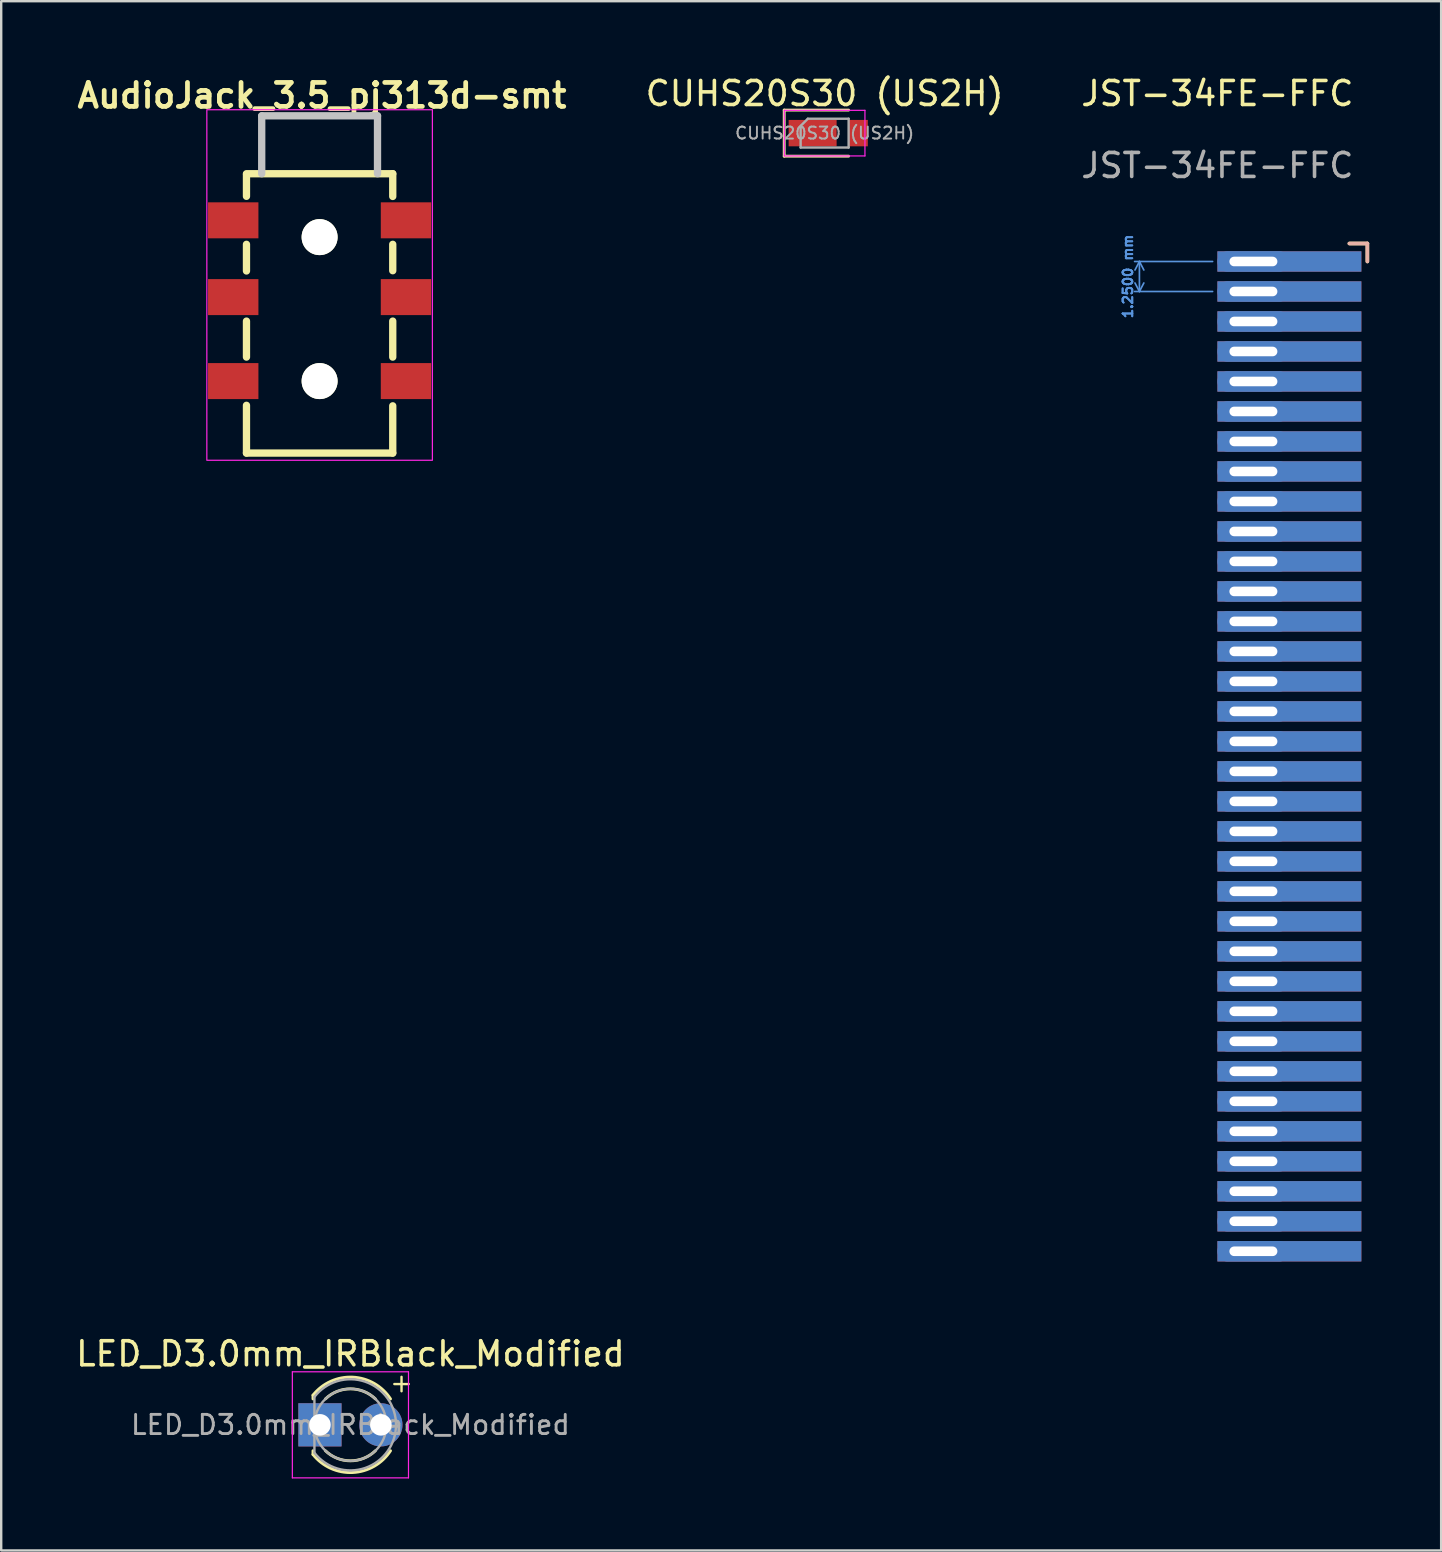
<source format=kicad_pcb>
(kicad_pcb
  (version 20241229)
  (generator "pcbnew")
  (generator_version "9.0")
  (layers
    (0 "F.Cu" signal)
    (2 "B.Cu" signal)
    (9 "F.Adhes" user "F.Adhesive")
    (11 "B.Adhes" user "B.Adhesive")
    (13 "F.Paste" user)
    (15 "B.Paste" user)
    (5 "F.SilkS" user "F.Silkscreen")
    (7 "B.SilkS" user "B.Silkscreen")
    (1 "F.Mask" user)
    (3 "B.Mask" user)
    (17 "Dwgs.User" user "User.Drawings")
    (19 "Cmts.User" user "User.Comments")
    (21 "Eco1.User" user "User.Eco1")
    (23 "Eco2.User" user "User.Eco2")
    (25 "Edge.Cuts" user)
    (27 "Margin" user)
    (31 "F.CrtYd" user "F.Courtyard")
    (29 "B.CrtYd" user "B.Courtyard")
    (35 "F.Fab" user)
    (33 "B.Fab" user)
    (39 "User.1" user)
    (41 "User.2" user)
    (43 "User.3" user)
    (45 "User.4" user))
  (footprint "AudioJack_3.5_pj313d-smt"
    (layer "F.Cu")
    (at 10.27 9.382)
    (property "Reference" "AudioJack_3.5_pj313d-smt" (at 0.1 -8.45 0) (layer "F.SilkS") (effects (font (size 0.998 0.998) (thickness 0.198))))
    (attr smd)
    (fp_line (start -3.048 -4.25) (end -3.048 -5.158) (stroke (width 0.305) (type solid)) (layer "F.SilkS"))
    (fp_line (start -3.048 -1.139) (end -3.048 -2.25) (stroke (width 0.305) (type solid)) (layer "F.SilkS"))
    (fp_line (start -3.048 2.45) (end -3.048 0.95) (stroke (width 0.305) (type solid)) (layer "F.SilkS"))
    (fp_line (start -3.048 6.45) (end -3.048 4.46) (stroke (width 0.305) (type solid)) (layer "F.SilkS"))
    (fp_line (start 3.048 -5.192) (end -3.048 -5.192) (stroke (width 0.305) (type solid)) (layer "F.SilkS"))
    (fp_line (start 3.048 -4.245) (end 3.048 -5.192) (stroke (width 0.305) (type solid)) (layer "F.SilkS"))
    (fp_line (start 3.048 -1.15) (end 3.048 -2.25) (stroke (width 0.305) (type solid)) (layer "F.SilkS"))
    (fp_line (start 3.048 2.45) (end 3.048 0.95) (stroke (width 0.305) (type solid)) (layer "F.SilkS"))
    (fp_line (start 3.048 6.45) (end -3.048 6.45) (stroke (width 0.305) (type solid)) (layer "F.SilkS"))
    (fp_line (start 3.048 6.45) (end 3.048 4.481) (stroke (width 0.305) (type solid)) (layer "F.SilkS"))
    (fp_line (start -2.413 -5.192) (end -2.413 -7.605) (stroke (width 0.305) (type solid)) (layer "Dwgs.User"))
    (fp_line (start 2.413 -7.605) (end -2.413 -7.605) (stroke (width 0.305) (type solid)) (layer "Dwgs.User"))
    (fp_line (start 2.413 -5.192) (end 2.413 -7.605) (stroke (width 0.305) (type solid)) (layer "Dwgs.User"))
    (fp_rect (start 4.7 6.75) (end -4.7 -7.859) (stroke (width 0.05) (type solid)) (fill no) (layer "F.CrtYd"))
    (pad "" np_thru_hole circle (at 0 -2.55 180) (size 1.5 1.5) (drill 1.5) (layers "*.Cu" "*.Mask" "F.SilkS"))
    (pad "" np_thru_hole circle (at 0 3.45 180) (size 1.5 1.5) (drill 1.5) (layers "*.Cu" "*.Mask" "F.SilkS"))
    (pad "1" smd rect (at -3.6 -3.25 180) (size 2.1 1.5) (layers "F.Cu" "F.Mask" "F.Paste"))
    (pad "1" smd rect (at 3.6 -3.25 180) (size 2.1 1.5) (layers "F.Cu" "F.Mask" "F.Paste"))
    (pad "2" smd rect (at -3.6 -0.05 180) (size 2.1 1.5) (layers "F.Cu" "F.Mask" "F.Paste"))
    (pad "2" smd rect (at 3.6 -0.05 180) (size 2.1 1.5) (layers "F.Cu" "F.Mask" "F.Paste"))
    (pad "3" smd rect (at -3.6 3.45 180) (size 2.1 1.5) (layers "F.Cu" "F.Mask" "F.Paste"))
    (pad "3" smd rect (at 3.6 3.45 180) (size 2.1 1.5) (layers "F.Cu" "F.Mask" "F.Paste")))
  (footprint "JST-34FE-FFC"
    (layer "F.Cu")
    (at 47.686 1.348)
    (property "Reference" "JST-34FE-FFC" (at 0 -0.5 0) (unlocked yes) (layer "F.SilkS") (effects (font (size 1 1) (thickness 0.15))))
    (attr through_hole)
    (fp_line (start 5.5 5.75) (end 6.25 5.75) (stroke (width 0.15) (type default)) (layer "F.SilkS"))
    (fp_line (start 6.25 5.75) (end 6.25 6.5) (stroke (width 0.15) (type default)) (layer "F.SilkS"))
    (fp_line (start 5.5 5.75) (end 6.25 5.75) (stroke (width 0.15) (type default)) (layer "B.SilkS"))
    (fp_line (start 6.25 5.75) (end 6.25 6.5) (stroke (width 0.15) (type default)) (layer "B.SilkS"))
    (fp_text user "${REFERENCE}" (at 0 2.5 0) (unlocked yes) (layer "F.Fab") (effects (font (size 1 1) (thickness 0.15))))
    (dimension (type aligned) (layer "Cmts.User") (pts (xy 47.686 7.848) (xy 47.686 9.098)) (height 3.25) (format (prefix "") (suffix "") (units 3) (units_format 1) (precision 4)) (style (thickness 0.07) (arrow_length 0.4) (text_position_mode 0) (arrow_direction outward) (extension_height 0.2) (extension_offset 0.2) (keep_text_aligned yes)) (gr_text "1.2500 mm" (at 43.956 8.473 90) (layer "Cmts.User") (effects (font (size 0.4 0.4) (thickness 0.08) (bold yes)))))
    (pad "1" thru_hole oval (at 1.5 6.5) (size 3 0.85) (drill oval 2 0.4) (layers "*.Cu" "*.Mask"))
    (pad "1" smd rect (at 3 6.5) (size 6 0.85) (layers "F.Cu" "F.Mask" "F.Paste"))
    (pad "1" smd rect (at 3 6.5) (size 6 0.85) (layers "B.Cu" "B.Mask" "B.Paste"))
    (pad "2" thru_hole oval (at 1.5 7.75) (size 3 0.85) (drill oval 2 0.4) (layers "*.Cu" "*.Mask"))
    (pad "2" smd rect (at 3 7.75) (size 6 0.85) (layers "F.Cu" "F.Mask" "F.Paste"))
    (pad "2" smd rect (at 3 7.75) (size 6 0.85) (layers "B.Cu" "B.Mask" "B.Paste"))
    (pad "3" thru_hole oval (at 1.5 9) (size 3 0.85) (drill oval 2 0.4) (layers "*.Cu" "*.Mask"))
    (pad "3" smd rect (at 3 9) (size 6 0.85) (layers "F.Cu" "F.Mask" "F.Paste"))
    (pad "3" smd rect (at 3 9) (size 6 0.85) (layers "B.Cu" "B.Mask" "B.Paste"))
    (pad "4" thru_hole oval (at 1.5 10.25) (size 3 0.85) (drill oval 2 0.4) (layers "*.Cu" "*.Mask"))
    (pad "4" smd rect (at 3 10.25) (size 6 0.85) (layers "F.Cu" "F.Mask" "F.Paste"))
    (pad "4" smd rect (at 3 10.25) (size 6 0.85) (layers "B.Cu" "B.Mask" "B.Paste"))
    (pad "5" thru_hole oval (at 1.5 11.5) (size 3 0.85) (drill oval 2 0.4) (layers "*.Cu" "*.Mask"))
    (pad "5" smd rect (at 3 11.5) (size 6 0.85) (layers "F.Cu" "F.Mask" "F.Paste"))
    (pad "5" smd rect (at 3 11.5) (size 6 0.85) (layers "B.Cu" "B.Mask" "B.Paste"))
    (pad "6" thru_hole oval (at 1.5 12.75) (size 3 0.85) (drill oval 2 0.4) (layers "*.Cu" "*.Mask"))
    (pad "6" smd rect (at 3 12.75) (size 6 0.85) (layers "F.Cu" "F.Mask" "F.Paste"))
    (pad "6" smd rect (at 3 12.75) (size 6 0.85) (layers "B.Cu" "B.Mask" "B.Paste"))
    (pad "7" thru_hole oval (at 1.5 14) (size 3 0.85) (drill oval 2 0.4) (layers "*.Cu" "*.Mask"))
    (pad "7" smd rect (at 3 14) (size 6 0.85) (layers "F.Cu" "F.Mask" "F.Paste"))
    (pad "7" smd rect (at 3 14) (size 6 0.85) (layers "B.Cu" "B.Mask" "B.Paste"))
    (pad "8" thru_hole oval (at 1.5 15.25) (size 3 0.85) (drill oval 2 0.4) (layers "*.Cu" "*.Mask"))
    (pad "8" smd rect (at 3 15.25) (size 6 0.85) (layers "F.Cu" "F.Mask" "F.Paste"))
    (pad "8" smd rect (at 3 15.25) (size 6 0.85) (layers "B.Cu" "B.Mask" "B.Paste"))
    (pad "9" thru_hole oval (at 1.5 16.5) (size 3 0.85) (drill oval 2 0.4) (layers "*.Cu" "*.Mask"))
    (pad "9" smd rect (at 3 16.5) (size 6 0.85) (layers "F.Cu" "F.Mask" "F.Paste"))
    (pad "9" smd rect (at 3 16.5) (size 6 0.85) (layers "B.Cu" "B.Mask" "B.Paste"))
    (pad "10" thru_hole oval (at 1.5 17.75) (size 3 0.85) (drill oval 2 0.4) (layers "*.Cu" "*.Mask"))
    (pad "10" smd rect (at 3 17.75) (size 6 0.85) (layers "F.Cu" "F.Mask" "F.Paste"))
    (pad "10" smd rect (at 3 17.75) (size 6 0.85) (layers "B.Cu" "B.Mask" "B.Paste"))
    (pad "11" thru_hole oval (at 1.5 19) (size 3 0.85) (drill oval 2 0.4) (layers "*.Cu" "*.Mask"))
    (pad "11" smd rect (at 3 19) (size 6 0.85) (layers "F.Cu" "F.Mask" "F.Paste"))
    (pad "11" smd rect (at 3 19) (size 6 0.85) (layers "B.Cu" "B.Mask" "B.Paste"))
    (pad "12" thru_hole oval (at 1.5 20.25) (size 3 0.85) (drill oval 2 0.4) (layers "*.Cu" "*.Mask"))
    (pad "12" smd rect (at 3 20.25) (size 6 0.85) (layers "F.Cu" "F.Mask" "F.Paste"))
    (pad "12" smd rect (at 3 20.25) (size 6 0.85) (layers "B.Cu" "B.Mask" "B.Paste"))
    (pad "13" thru_hole oval (at 1.5 21.5) (size 3 0.85) (drill oval 2 0.4) (layers "*.Cu" "*.Mask"))
    (pad "13" smd rect (at 3 21.5) (size 6 0.85) (layers "F.Cu" "F.Mask" "F.Paste"))
    (pad "13" smd rect (at 3 21.5) (size 6 0.85) (layers "B.Cu" "B.Mask" "B.Paste"))
    (pad "14" thru_hole oval (at 1.5 22.75) (size 3 0.85) (drill oval 2 0.4) (layers "*.Cu" "*.Mask"))
    (pad "14" smd rect (at 3 22.75) (size 6 0.85) (layers "F.Cu" "F.Mask" "F.Paste"))
    (pad "14" smd rect (at 3 22.75) (size 6 0.85) (layers "B.Cu" "B.Mask" "B.Paste"))
    (pad "15" thru_hole oval (at 1.5 24) (size 3 0.85) (drill oval 2 0.4) (layers "*.Cu" "*.Mask"))
    (pad "15" smd rect (at 3 24) (size 6 0.85) (layers "F.Cu" "F.Mask" "F.Paste"))
    (pad "15" smd rect (at 3 24) (size 6 0.85) (layers "B.Cu" "B.Mask" "B.Paste"))
    (pad "16" thru_hole oval (at 1.5 25.25) (size 3 0.85) (drill oval 2 0.4) (layers "*.Cu" "*.Mask"))
    (pad "16" smd rect (at 3 25.25) (size 6 0.85) (layers "F.Cu" "F.Mask" "F.Paste"))
    (pad "16" smd rect (at 3 25.25) (size 6 0.85) (layers "B.Cu" "B.Mask" "B.Paste"))
    (pad "17" thru_hole oval (at 1.5 26.5) (size 3 0.85) (drill oval 2 0.4) (layers "*.Cu" "*.Mask"))
    (pad "17" smd rect (at 3 26.5) (size 6 0.85) (layers "F.Cu" "F.Mask" "F.Paste"))
    (pad "17" smd rect (at 3 26.5) (size 6 0.85) (layers "B.Cu" "B.Mask" "B.Paste"))
    (pad "18" thru_hole oval (at 1.5 27.75) (size 3 0.85) (drill oval 2 0.4) (layers "*.Cu" "*.Mask"))
    (pad "18" smd rect (at 3 27.75) (size 6 0.85) (layers "F.Cu" "F.Mask" "F.Paste"))
    (pad "18" smd rect (at 3 27.75) (size 6 0.85) (layers "B.Cu" "B.Mask" "B.Paste"))
    (pad "19" thru_hole oval (at 1.5 29) (size 3 0.85) (drill oval 2 0.4) (layers "*.Cu" "*.Mask"))
    (pad "19" smd rect (at 3 29) (size 6 0.85) (layers "F.Cu" "F.Mask" "F.Paste"))
    (pad "19" smd rect (at 3 29) (size 6 0.85) (layers "B.Cu" "B.Mask" "B.Paste"))
    (pad "20" thru_hole oval (at 1.5 30.25) (size 3 0.85) (drill oval 2 0.4) (layers "*.Cu" "*.Mask"))
    (pad "20" smd rect (at 3 30.25) (size 6 0.85) (layers "F.Cu" "F.Mask" "F.Paste"))
    (pad "20" smd rect (at 3 30.25) (size 6 0.85) (layers "B.Cu" "B.Mask" "B.Paste"))
    (pad "21" thru_hole oval (at 1.5 31.5) (size 3 0.85) (drill oval 2 0.4) (layers "*.Cu" "*.Mask"))
    (pad "21" smd rect (at 3 31.5) (size 6 0.85) (layers "F.Cu" "F.Mask" "F.Paste"))
    (pad "21" smd rect (at 3 31.5) (size 6 0.85) (layers "B.Cu" "B.Mask" "B.Paste"))
    (pad "22" thru_hole oval (at 1.5 32.75) (size 3 0.85) (drill oval 2 0.4) (layers "*.Cu" "*.Mask"))
    (pad "22" smd rect (at 3 32.75) (size 6 0.85) (layers "F.Cu" "F.Mask" "F.Paste"))
    (pad "22" smd rect (at 3 32.75) (size 6 0.85) (layers "B.Cu" "B.Mask" "B.Paste"))
    (pad "23" thru_hole oval (at 1.5 34) (size 3 0.85) (drill oval 2 0.4) (layers "*.Cu" "*.Mask"))
    (pad "23" smd rect (at 3 34) (size 6 0.85) (layers "F.Cu" "F.Mask" "F.Paste"))
    (pad "23" smd rect (at 3 34) (size 6 0.85) (layers "B.Cu" "B.Mask" "B.Paste"))
    (pad "24" thru_hole oval (at 1.5 35.25) (size 3 0.85) (drill oval 2 0.4) (layers "*.Cu" "*.Mask"))
    (pad "24" smd rect (at 3 35.25) (size 6 0.85) (layers "F.Cu" "F.Mask" "F.Paste"))
    (pad "24" smd rect (at 3 35.25) (size 6 0.85) (layers "B.Cu" "B.Mask" "B.Paste"))
    (pad "25" thru_hole oval (at 1.5 36.5) (size 3 0.85) (drill oval 2 0.4) (layers "*.Cu" "*.Mask"))
    (pad "25" smd rect (at 3 36.5) (size 6 0.85) (layers "F.Cu" "F.Mask" "F.Paste"))
    (pad "25" smd rect (at 3 36.5) (size 6 0.85) (layers "B.Cu" "B.Mask" "B.Paste"))
    (pad "26" thru_hole oval (at 1.5 37.75) (size 3 0.85) (drill oval 2 0.4) (layers "*.Cu" "*.Mask"))
    (pad "26" smd rect (at 3 37.75) (size 6 0.85) (layers "F.Cu" "F.Mask" "F.Paste"))
    (pad "26" smd rect (at 3 37.75) (size 6 0.85) (layers "B.Cu" "B.Mask" "B.Paste"))
    (pad "27" thru_hole oval (at 1.5 39) (size 3 0.85) (drill oval 2 0.4) (layers "*.Cu" "*.Mask"))
    (pad "27" smd rect (at 3 39) (size 6 0.85) (layers "F.Cu" "F.Mask" "F.Paste"))
    (pad "27" smd rect (at 3 39) (size 6 0.85) (layers "B.Cu" "B.Mask" "B.Paste"))
    (pad "28" thru_hole oval (at 1.5 40.25) (size 3 0.85) (drill oval 2 0.4) (layers "*.Cu" "*.Mask"))
    (pad "28" smd rect (at 3 40.25) (size 6 0.85) (layers "F.Cu" "F.Mask" "F.Paste"))
    (pad "28" smd rect (at 3 40.25) (size 6 0.85) (layers "B.Cu" "B.Mask" "B.Paste"))
    (pad "29" thru_hole oval (at 1.5 41.5) (size 3 0.85) (drill oval 2 0.4) (layers "*.Cu" "*.Mask"))
    (pad "29" smd rect (at 3 41.5) (size 6 0.85) (layers "F.Cu" "F.Mask" "F.Paste"))
    (pad "29" smd rect (at 3 41.5) (size 6 0.85) (layers "B.Cu" "B.Mask" "B.Paste"))
    (pad "30" thru_hole oval (at 1.5 42.75) (size 3 0.85) (drill oval 2 0.4) (layers "*.Cu" "*.Mask"))
    (pad "30" smd rect (at 3 42.75) (size 6 0.85) (layers "F.Cu" "F.Mask" "F.Paste"))
    (pad "30" smd rect (at 3 42.75) (size 6 0.85) (layers "B.Cu" "B.Mask" "B.Paste"))
    (pad "31" thru_hole oval (at 1.5 44) (size 3 0.85) (drill oval 2 0.4) (layers "*.Cu" "*.Mask"))
    (pad "31" smd rect (at 3 44) (size 6 0.85) (layers "F.Cu" "F.Mask" "F.Paste"))
    (pad "31" smd rect (at 3 44) (size 6 0.85) (layers "B.Cu" "B.Mask" "B.Paste"))
    (pad "32" thru_hole oval (at 1.5 45.25) (size 3 0.85) (drill oval 2 0.4) (layers "*.Cu" "*.Mask"))
    (pad "32" smd rect (at 3 45.25) (size 6 0.85) (layers "F.Cu" "F.Mask" "F.Paste"))
    (pad "32" smd rect (at 3 45.25) (size 6 0.85) (layers "B.Cu" "B.Mask" "B.Paste"))
    (pad "33" thru_hole oval (at 1.5 46.5) (size 3 0.85) (drill oval 2 0.4) (layers "*.Cu" "*.Mask"))
    (pad "33" smd rect (at 3 46.5) (size 6 0.85) (layers "F.Cu" "F.Mask" "F.Paste"))
    (pad "33" smd rect (at 3 46.5) (size 6 0.85) (layers "B.Cu" "B.Mask" "B.Paste"))
    (pad "34" thru_hole oval (at 1.5 47.75) (size 3 0.85) (drill oval 2 0.4) (layers "*.Cu" "*.Mask"))
    (pad "34" smd rect (at 3 47.75) (size 6 0.85) (layers "F.Cu" "F.Mask" "F.Paste"))
    (pad "34" smd rect (at 3 47.75) (size 6 0.85) (layers "B.Cu" "B.Mask" "B.Paste")))
  (footprint "LED_D3.0mm_IRBlack_Modified"
    (layer "F.Cu")
    (at 10.284 56.331)
    (property "Reference" "LED_D3.0mm_IRBlack_Modified" (at 1.27 -2.96 0) (layer "F.SilkS") (effects (font (size 1 1) (thickness 0.15))))
    (attr through_hole)
    (fp_line (start -0.29 -1.236) (end -0.29 -1.08) (stroke (width 0.12) (type solid)) (layer "F.SilkS"))
    (fp_line (start -0.29 1.08) (end -0.29 1.236) (stroke (width 0.12) (type solid)) (layer "F.SilkS"))
    (fp_line (start 3.1 -1.7) (end 3.7 -1.7) (stroke (width 0.1) (type default)) (layer "F.SilkS"))
    (fp_line (start 3.4 -2) (end 3.4 -1.4) (stroke (width 0.1) (type default)) (layer "F.SilkS"))
    (fp_arc (start -0.29 -1.235516) (mid 1.365624 -1.987701) (end 2.941397 -1.080061) (stroke (width 0.12) (type solid)) (layer "F.SilkS"))
    (fp_arc (start 0.229039 -1.08) (mid 1.269965 -1.5) (end 2.31091 -1.080049) (stroke (width 0.12) (type solid)) (layer "F.SilkS"))
    (fp_arc (start 2.31091 1.080049) (mid 1.269965 1.5) (end 0.229039 1.08) (stroke (width 0.12) (type solid)) (layer "F.SilkS"))
    (fp_arc (start 2.941397 1.080061) (mid 1.365624 1.987701) (end -0.29 1.235516) (stroke (width 0.12) (type solid)) (layer "F.SilkS"))
    (fp_line (start -1.15 -2.21) (end -1.15 2.21) (stroke (width 0.05) (type solid)) (layer "F.CrtYd"))
    (fp_line (start -1.15 2.21) (end 3.69 2.21) (stroke (width 0.05) (type solid)) (layer "F.CrtYd"))
    (fp_line (start 3.69 -2.21) (end -1.15 -2.21) (stroke (width 0.05) (type solid)) (layer "F.CrtYd"))
    (fp_line (start 3.69 2.21) (end 3.69 -2.21) (stroke (width 0.05) (type solid)) (layer "F.CrtYd"))
    (fp_line (start -0.23 -1.166) (end -0.23 1.166) (stroke (width 0.1) (type solid)) (layer "F.Fab"))
    (fp_arc (start -0.23 -1.16619) (mid 3.17 -0.000037) (end -0.229955 1.166249) (stroke (width 0.1) (type solid)) (layer "F.Fab"))
    (fp_circle (center 1.27 0) (end 2.77 0) (stroke (width 0.1) (type solid)) (fill no) (layer "F.Fab"))
    (fp_text user "${REFERENCE}" (at 1.27 0 0) (layer "F.Fab") (effects (font (size 0.8 0.8) (thickness 0.12))))
    (pad "1" thru_hole rect (at 0 0) (size 1.8 1.8) (drill 0.9) (layers "*.Cu" "*.Mask"))
    (pad "2" thru_hole circle (at 2.54 0) (size 1.8 1.8) (drill 0.9) (layers "*.Cu" "*.Mask")))
  (footprint "CUHS20S30 (US2H)"
    (layer "F.Cu")
    (at 31.317 2.498)
    (property "Reference" "CUHS20S30 (US2H)" (at 0 -1.65 0) (layer "F.SilkS") (effects (font (size 1 1) (thickness 0.15))))
    (attr smd)
    (fp_line (start -1.685 -0.96) (end -1.685 0.96) (stroke (width 0.12) (type solid)) (layer "F.SilkS"))
    (fp_line (start -1.685 0.96) (end 1 0.96) (stroke (width 0.12) (type solid)) (layer "F.SilkS"))
    (fp_line (start 1 -0.96) (end -1.685 -0.96) (stroke (width 0.12) (type solid)) (layer "F.SilkS"))
    (fp_line (start -1.68 -0.95) (end 1.68 -0.95) (stroke (width 0.05) (type solid)) (layer "F.CrtYd"))
    (fp_line (start -1.68 0.95) (end -1.68 -0.95) (stroke (width 0.05) (type solid)) (layer "F.CrtYd"))
    (fp_line (start 1.68 -0.95) (end 1.68 0.95) (stroke (width 0.05) (type solid)) (layer "F.CrtYd"))
    (fp_line (start 1.68 0.95) (end -1.68 0.95) (stroke (width 0.05) (type solid)) (layer "F.CrtYd"))
    (fp_line (start -1 -0.3) (end -1 0.6) (stroke (width 0.1) (type solid)) (layer "F.Fab"))
    (fp_line (start -1 0.6) (end 1 0.6) (stroke (width 0.1) (type solid)) (layer "F.Fab"))
    (fp_line (start -0.7 -0.6) (end -1 -0.3) (stroke (width 0.1) (type solid)) (layer "F.Fab"))
    (fp_line (start 1 -0.6) (end -0.7 -0.6) (stroke (width 0.1) (type solid)) (layer "F.Fab"))
    (fp_line (start 1 0.6) (end 1 -0.6) (stroke (width 0.1) (type solid)) (layer "F.Fab"))
    (fp_text user "${REFERENCE}" (at 0 0 0) (layer "F.Fab") (effects (font (size 0.5 0.5) (thickness 0.08))))
    (pad "1" smd rect (at -0.5 0) (size 2 1.1) (layers "F.Cu" "F.Mask" "F.Paste"))
    (pad "2" smd rect (at 1.4 0) (size 0.8 1.1) (layers "F.Cu" "F.Mask" "F.Paste")))
  (gr_rect
    (start -3 -3)
    (end 57.011 61.566)
    (stroke (width 0.1) (type default))
    (fill no)
    (layer "Edge.Cuts")))
</source>
